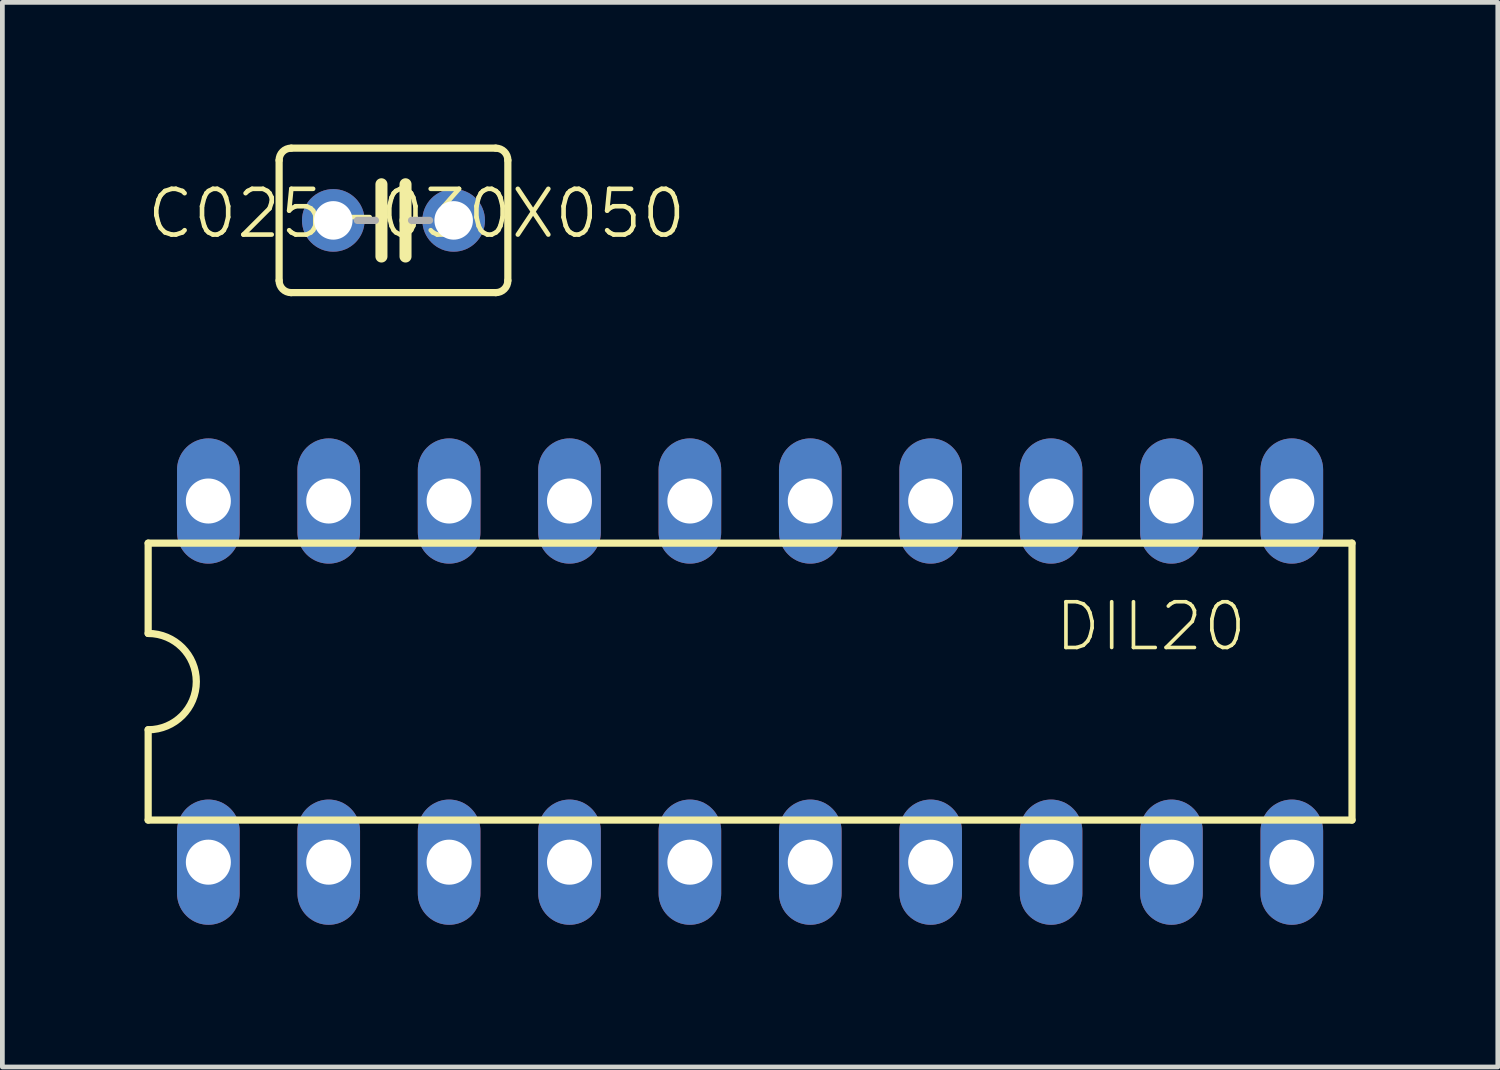
<source format=kicad_pcb>
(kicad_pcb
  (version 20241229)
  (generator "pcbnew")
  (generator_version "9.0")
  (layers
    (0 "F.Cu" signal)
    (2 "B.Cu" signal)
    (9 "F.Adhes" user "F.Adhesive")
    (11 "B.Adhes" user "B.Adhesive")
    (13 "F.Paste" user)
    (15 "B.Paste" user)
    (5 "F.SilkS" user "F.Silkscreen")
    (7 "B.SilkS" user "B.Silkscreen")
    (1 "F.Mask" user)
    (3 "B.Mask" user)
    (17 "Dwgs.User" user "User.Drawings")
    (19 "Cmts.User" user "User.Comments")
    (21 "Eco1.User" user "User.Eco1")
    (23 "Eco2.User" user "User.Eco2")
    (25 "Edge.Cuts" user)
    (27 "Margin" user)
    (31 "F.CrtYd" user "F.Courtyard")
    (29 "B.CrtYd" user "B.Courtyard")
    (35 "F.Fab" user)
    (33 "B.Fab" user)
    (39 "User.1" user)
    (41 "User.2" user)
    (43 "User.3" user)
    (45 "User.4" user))
  (footprint "DIL20"
    (layer "F.Cu")
    (at 12.776 11.331)
    (property "Reference" "DIL20" (at 6.384 -0.598 180) (layer "F.SilkS") (effects (font (size 0.965 0.965) (thickness 0.077)) (justify left bottom)))
    (attr through_hole)
    (fp_line (start -12.7 -2.921) (end -12.7 -1.016) (stroke (width 0.152) (type solid)) (layer "F.SilkS"))
    (fp_line (start -12.7 2.921) (end -12.7 1.016) (stroke (width 0.152) (type solid)) (layer "F.SilkS"))
    (fp_line (start -12.7 2.921) (end 12.7 2.921) (stroke (width 0.152) (type solid)) (layer "F.SilkS"))
    (fp_line (start 12.7 -2.921) (end -12.7 -2.921) (stroke (width 0.152) (type solid)) (layer "F.SilkS"))
    (fp_line (start 12.7 -2.921) (end 12.7 2.921) (stroke (width 0.152) (type solid)) (layer "F.SilkS"))
    (fp_arc (start -12.7 -1.016) (mid -11.684 0) (end -12.7 1.016) (stroke (width 0.1524) (type solid)) (layer "F.SilkS"))
    (pad "1" thru_hole oval (at -11.43 3.81 90) (size 2.642 1.321) (drill 0.95) (layers "*.Cu" "*.Mask"))
    (pad "2" thru_hole oval (at -8.89 3.81 90) (size 2.642 1.321) (drill 0.95) (layers "*.Cu" "*.Mask"))
    (pad "3" thru_hole oval (at -6.35 3.81 90) (size 2.642 1.321) (drill 0.95) (layers "*.Cu" "*.Mask"))
    (pad "4" thru_hole oval (at -3.81 3.81 90) (size 2.642 1.321) (drill 0.95) (layers "*.Cu" "*.Mask"))
    (pad "5" thru_hole oval (at -1.27 3.81 90) (size 2.642 1.321) (drill 0.95) (layers "*.Cu" "*.Mask"))
    (pad "6" thru_hole oval (at 1.27 3.81 90) (size 2.642 1.321) (drill 0.95) (layers "*.Cu" "*.Mask"))
    (pad "7" thru_hole oval (at 3.81 3.81 90) (size 2.642 1.321) (drill 0.95) (layers "*.Cu" "*.Mask"))
    (pad "8" thru_hole oval (at 6.35 3.81 90) (size 2.642 1.321) (drill 0.95) (layers "*.Cu" "*.Mask"))
    (pad "9" thru_hole oval (at 8.89 3.81 90) (size 2.642 1.321) (drill 0.95) (layers "*.Cu" "*.Mask"))
    (pad "10" thru_hole oval (at 11.43 3.81 90) (size 2.642 1.321) (drill 0.95) (layers "*.Cu" "*.Mask"))
    (pad "11" thru_hole oval (at 11.43 -3.81 90) (size 2.642 1.321) (drill 0.95) (layers "*.Cu" "*.Mask"))
    (pad "12" thru_hole oval (at 8.89 -3.81 90) (size 2.642 1.321) (drill 0.95) (layers "*.Cu" "*.Mask"))
    (pad "13" thru_hole oval (at 6.35 -3.81 90) (size 2.642 1.321) (drill 0.95) (layers "*.Cu" "*.Mask"))
    (pad "14" thru_hole oval (at 3.81 -3.81 90) (size 2.642 1.321) (drill 0.95) (layers "*.Cu" "*.Mask"))
    (pad "15" thru_hole oval (at 1.27 -3.81 90) (size 2.642 1.321) (drill 0.95) (layers "*.Cu" "*.Mask"))
    (pad "16" thru_hole oval (at -1.27 -3.81 90) (size 2.642 1.321) (drill 0.95) (layers "*.Cu" "*.Mask"))
    (pad "17" thru_hole oval (at -3.81 -3.81 90) (size 2.642 1.321) (drill 0.95) (layers "*.Cu" "*.Mask"))
    (pad "18" thru_hole oval (at -6.35 -3.81 90) (size 2.642 1.321) (drill 0.95) (layers "*.Cu" "*.Mask"))
    (pad "19" thru_hole oval (at -8.89 -3.81 90) (size 2.642 1.321) (drill 0.95) (layers "*.Cu" "*.Mask"))
    (pad "20" thru_hole oval (at -11.43 -3.81 90) (size 2.642 1.321) (drill 0.95) (layers "*.Cu" "*.Mask")))
  (footprint "C025-030X050"
    (layer "F.Cu")
    (at 5.252 1.6)
    (property "Reference" "C025-030X050" (at -5.252 0.422 0) (layer "F.SilkS") (effects (font (size 0.965 0.965) (thickness 0.097)) (justify left bottom)))
    (attr through_hole)
    (fp_line (start -2.413 -1.27) (end -2.413 1.27) (stroke (width 0.152) (type solid)) (layer "F.SilkS"))
    (fp_line (start -2.159 -1.524) (end 2.159 -1.524) (stroke (width 0.152) (type solid)) (layer "F.SilkS"))
    (fp_line (start -0.254 -0.762) (end -0.254 0) (stroke (width 0.254) (type solid)) (layer "F.SilkS"))
    (fp_line (start -0.254 0) (end -0.381 0) (stroke (width 0.152) (type solid)) (layer "F.SilkS"))
    (fp_line (start -0.254 0) (end -0.254 0.762) (stroke (width 0.254) (type solid)) (layer "F.SilkS"))
    (fp_line (start 0.254 0) (end 0.254 -0.762) (stroke (width 0.254) (type solid)) (layer "F.SilkS"))
    (fp_line (start 0.254 0) (end 0.254 0.762) (stroke (width 0.254) (type solid)) (layer "F.SilkS"))
    (fp_line (start 0.381 0) (end 0.254 0) (stroke (width 0.152) (type solid)) (layer "F.SilkS"))
    (fp_line (start 2.159 1.524) (end -2.159 1.524) (stroke (width 0.152) (type solid)) (layer "F.SilkS"))
    (fp_line (start 2.413 -1.27) (end 2.413 1.27) (stroke (width 0.152) (type solid)) (layer "F.SilkS"))
    (fp_arc (start -2.413 -1.27) (mid -2.338605 -1.449605) (end -2.159 -1.524) (stroke (width 0.1524) (type solid)) (layer "F.SilkS"))
    (fp_arc (start -2.159 1.524) (mid -2.338605 1.449605) (end -2.413 1.27) (stroke (width 0.1524) (type solid)) (layer "F.SilkS"))
    (fp_arc (start 2.159 -1.524) (mid 2.338605 -1.449605) (end 2.413 -1.27) (stroke (width 0.1524) (type solid)) (layer "F.SilkS"))
    (fp_arc (start 2.413 1.27) (mid 2.338605 1.449605) (end 2.159 1.524) (stroke (width 0.1524) (type solid)) (layer "F.SilkS"))
    (fp_line (start -0.381 0) (end -0.762 0) (stroke (width 0.152) (type solid)) (layer "F.Fab"))
    (fp_line (start 0.762 0) (end 0.381 0) (stroke (width 0.152) (type solid)) (layer "F.Fab"))
    (pad "1" thru_hole circle (at -1.27 0) (size 1.321 1.321) (drill 0.813) (layers "*.Cu" "*.Mask"))
    (pad "2" thru_hole circle (at 1.27 0) (size 1.321 1.321) (drill 0.813) (layers "*.Cu" "*.Mask")))
  (gr_rect
    (start -3 -3)
    (end 28.552 19.462)
    (stroke (width 0.1) (type default))
    (fill no)
    (layer "Edge.Cuts")))
</source>
